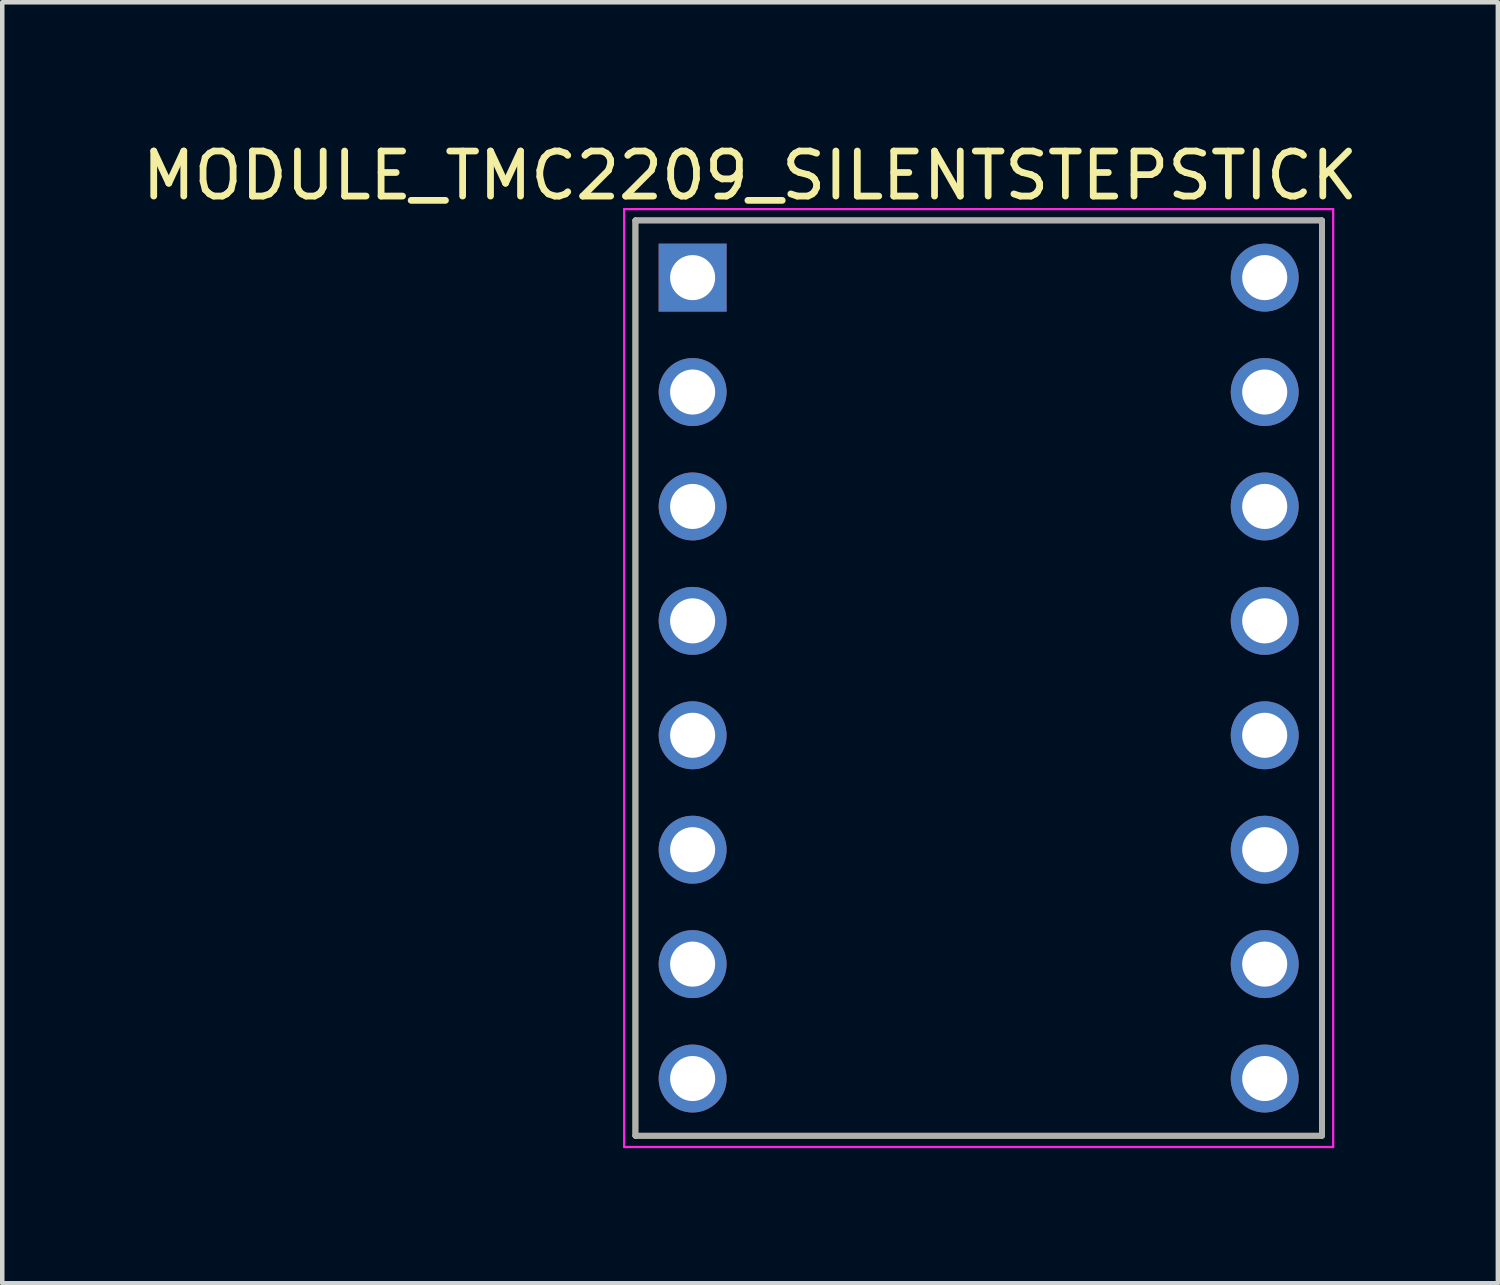
<source format=kicad_pcb>
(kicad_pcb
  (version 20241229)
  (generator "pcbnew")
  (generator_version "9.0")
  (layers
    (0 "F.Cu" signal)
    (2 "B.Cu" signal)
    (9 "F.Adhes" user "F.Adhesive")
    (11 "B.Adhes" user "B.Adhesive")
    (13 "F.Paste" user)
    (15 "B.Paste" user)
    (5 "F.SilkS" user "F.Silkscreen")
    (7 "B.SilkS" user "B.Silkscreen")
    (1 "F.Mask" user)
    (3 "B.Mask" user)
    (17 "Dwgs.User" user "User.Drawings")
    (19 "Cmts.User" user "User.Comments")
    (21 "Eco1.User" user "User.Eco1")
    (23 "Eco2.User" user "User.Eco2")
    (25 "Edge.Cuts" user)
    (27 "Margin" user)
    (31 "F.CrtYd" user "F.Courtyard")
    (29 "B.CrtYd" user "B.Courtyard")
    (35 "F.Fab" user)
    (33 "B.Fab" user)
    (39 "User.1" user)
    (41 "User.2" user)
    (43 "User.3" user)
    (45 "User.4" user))
  (footprint "MODULE_TMC2209_SILENTSTEPSTICK"
    (layer "F.Cu")
    (at 18.676 12.003)
    (property "Reference" "MODULE_TMC2209_SILENTSTEPSTICK" (at -5.075 -11.155 0) (layer "F.SilkS") (effects (font (size 1 1) (thickness 0.15))))
    (attr through_hole)
    (fp_line (start -7.62 -10.16) (end 7.62 -10.16) (stroke (width 0.127) (type solid)) (layer "F.SilkS"))
    (fp_line (start -7.62 10.16) (end -7.62 -10.16) (stroke (width 0.127) (type solid)) (layer "F.SilkS"))
    (fp_line (start 7.62 -10.16) (end 7.62 10.16) (stroke (width 0.127) (type solid)) (layer "F.SilkS"))
    (fp_line (start 7.62 10.16) (end -7.62 10.16) (stroke (width 0.127) (type solid)) (layer "F.SilkS"))
    (fp_line (start -7.87 -10.41) (end 7.87 -10.41) (stroke (width 0.05) (type solid)) (layer "F.CrtYd"))
    (fp_line (start -7.87 10.41) (end -7.87 -10.41) (stroke (width 0.05) (type solid)) (layer "F.CrtYd"))
    (fp_line (start 7.87 -10.41) (end 7.87 10.41) (stroke (width 0.05) (type solid)) (layer "F.CrtYd"))
    (fp_line (start 7.87 10.41) (end -7.87 10.41) (stroke (width 0.05) (type solid)) (layer "F.CrtYd"))
    (fp_line (start -7.62 -10.16) (end 7.62 -10.16) (stroke (width 0.127) (type solid)) (layer "F.Fab"))
    (fp_line (start -7.62 10.16) (end -7.62 -10.16) (stroke (width 0.127) (type solid)) (layer "F.Fab"))
    (fp_line (start 7.62 -10.16) (end 7.62 10.16) (stroke (width 0.127) (type solid)) (layer "F.Fab"))
    (fp_line (start 7.62 10.16) (end -7.62 10.16) (stroke (width 0.127) (type solid)) (layer "F.Fab"))
    (pad "1" thru_hole rect (at -6.35 -8.89) (size 1.508 1.508) (drill 1) (layers "*.Cu" "*.Mask"))
    (pad "2" thru_hole circle (at -6.35 -6.35) (size 1.508 1.508) (drill 1) (layers "*.Cu" "*.Mask"))
    (pad "3" thru_hole circle (at -6.35 -3.81) (size 1.508 1.508) (drill 1) (layers "*.Cu" "*.Mask"))
    (pad "4" thru_hole circle (at -6.35 -1.27) (size 1.508 1.508) (drill 1) (layers "*.Cu" "*.Mask"))
    (pad "5" thru_hole circle (at -6.35 1.27) (size 1.508 1.508) (drill 1) (layers "*.Cu" "*.Mask"))
    (pad "6" thru_hole circle (at -6.35 3.81) (size 1.508 1.508) (drill 1) (layers "*.Cu" "*.Mask"))
    (pad "7" thru_hole circle (at -6.35 6.35) (size 1.508 1.508) (drill 1) (layers "*.Cu" "*.Mask"))
    (pad "8" thru_hole circle (at -6.35 8.89) (size 1.508 1.508) (drill 1) (layers "*.Cu" "*.Mask"))
    (pad "9" thru_hole circle (at 6.35 -8.89) (size 1.508 1.508) (drill 1) (layers "*.Cu" "*.Mask"))
    (pad "10" thru_hole circle (at 6.35 -6.35) (size 1.508 1.508) (drill 1) (layers "*.Cu" "*.Mask"))
    (pad "11" thru_hole circle (at 6.35 -3.81) (size 1.508 1.508) (drill 1) (layers "*.Cu" "*.Mask"))
    (pad "12" thru_hole circle (at 6.35 -1.27) (size 1.508 1.508) (drill 1) (layers "*.Cu" "*.Mask"))
    (pad "13" thru_hole circle (at 6.35 1.27) (size 1.508 1.508) (drill 1) (layers "*.Cu" "*.Mask"))
    (pad "14" thru_hole circle (at 6.35 3.81) (size 1.508 1.508) (drill 1) (layers "*.Cu" "*.Mask"))
    (pad "15" thru_hole circle (at 6.35 6.35) (size 1.508 1.508) (drill 1) (layers "*.Cu" "*.Mask"))
    (pad "16" thru_hole circle (at 6.35 8.89) (size 1.508 1.508) (drill 1) (layers "*.Cu" "*.Mask")))
  (gr_rect
    (start -3 -3)
    (end 30.202 25.438)
    (stroke (width 0.1) (type default))
    (fill no)
    (layer "Edge.Cuts")))
</source>
